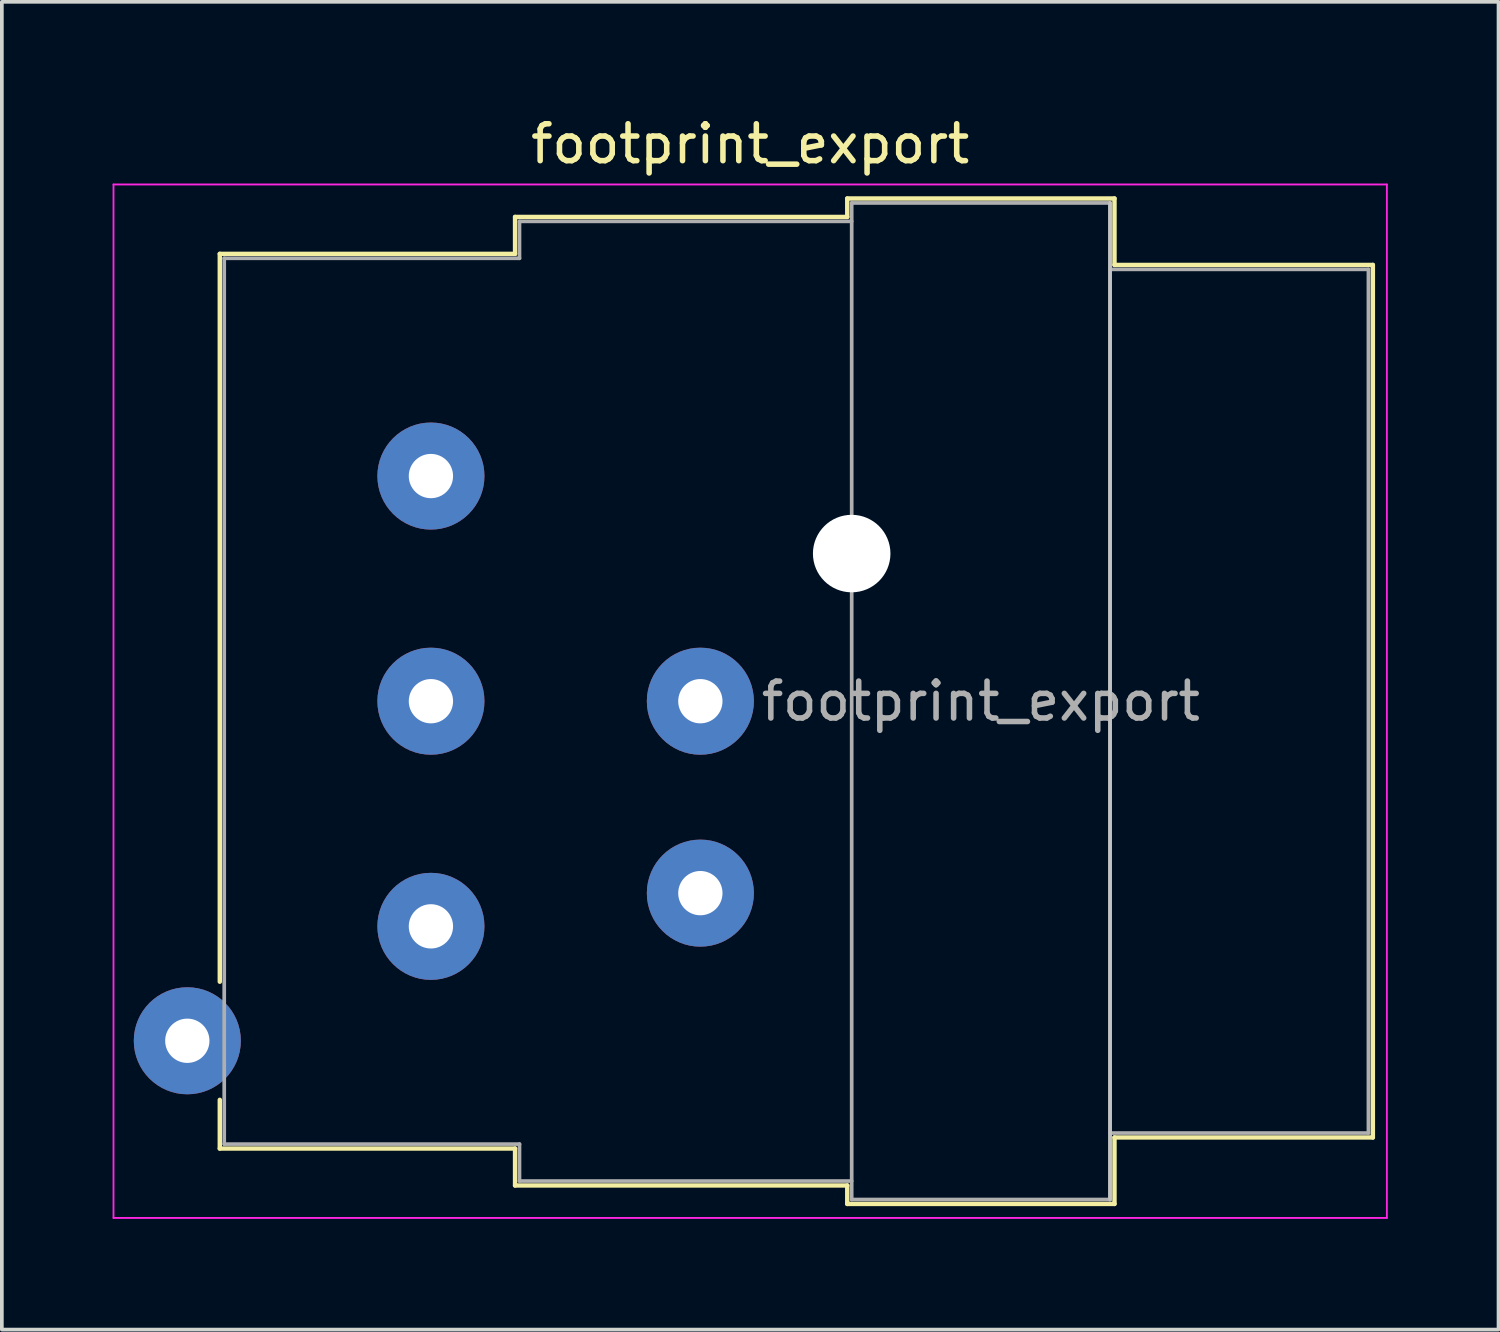
<source format=kicad_pcb>
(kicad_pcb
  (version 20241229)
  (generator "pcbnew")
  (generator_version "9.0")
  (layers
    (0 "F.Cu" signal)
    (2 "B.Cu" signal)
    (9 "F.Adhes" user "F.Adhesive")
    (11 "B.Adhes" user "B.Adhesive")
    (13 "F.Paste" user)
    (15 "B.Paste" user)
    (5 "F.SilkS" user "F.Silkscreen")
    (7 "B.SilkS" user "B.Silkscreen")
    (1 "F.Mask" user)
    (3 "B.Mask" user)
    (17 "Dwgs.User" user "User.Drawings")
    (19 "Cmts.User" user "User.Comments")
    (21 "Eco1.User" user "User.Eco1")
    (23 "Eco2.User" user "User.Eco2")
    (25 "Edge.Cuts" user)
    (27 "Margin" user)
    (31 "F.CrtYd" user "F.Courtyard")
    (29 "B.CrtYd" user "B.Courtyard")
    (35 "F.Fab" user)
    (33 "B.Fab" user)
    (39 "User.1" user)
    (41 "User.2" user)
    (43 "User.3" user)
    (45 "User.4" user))
  (footprint "footprint_export"
    (layer "F.Cu")
    (at 8.625 9.848)
    (property "Reference" "footprint_export" (at 8.65 -9 0) (layer "F.SilkS") (effects (font (size 1 1) (thickness 0.15))))
    (attr through_hole)
    (fp_line (start -5.72 -6.02) (end -5.72 13.7) (stroke (width 0.12) (type solid)) (layer "F.SilkS"))
    (fp_line (start -5.72 16.9) (end -5.72 18.22) (stroke (width 0.12) (type solid)) (layer "F.SilkS"))
    (fp_line (start 2.28 -7.02) (end 2.28 -6.02) (stroke (width 0.12) (type solid)) (layer "F.SilkS"))
    (fp_line (start 2.28 -6.02) (end -5.72 -6.02) (stroke (width 0.12) (type solid)) (layer "F.SilkS"))
    (fp_line (start 2.28 18.22) (end -5.72 18.22) (stroke (width 0.12) (type solid)) (layer "F.SilkS"))
    (fp_line (start 2.28 19.22) (end 2.28 18.22) (stroke (width 0.12) (type solid)) (layer "F.SilkS"))
    (fp_line (start 11.28 -7.02) (end 2.28 -7.02) (stroke (width 0.12) (type solid)) (layer "F.SilkS"))
    (fp_line (start 11.28 -7.02) (end 11.28 -7.52) (stroke (width 0.12) (type solid)) (layer "F.SilkS"))
    (fp_line (start 11.28 19.22) (end 2.28 19.22) (stroke (width 0.12) (type solid)) (layer "F.SilkS"))
    (fp_line (start 11.28 19.72) (end 11.28 19.22) (stroke (width 0.12) (type solid)) (layer "F.SilkS"))
    (fp_line (start 18.52 -7.52) (end 11.28 -7.52) (stroke (width 0.12) (type solid)) (layer "F.SilkS"))
    (fp_line (start 18.52 -7.52) (end 18.52 -5.72) (stroke (width 0.12) (type solid)) (layer "F.SilkS"))
    (fp_line (start 18.52 -5.72) (end 25.52 -5.72) (stroke (width 0.12) (type solid)) (layer "F.SilkS"))
    (fp_line (start 18.52 17.92) (end 18.52 19.72) (stroke (width 0.12) (type solid)) (layer "F.SilkS"))
    (fp_line (start 18.52 17.92) (end 25.52 17.92) (stroke (width 0.12) (type solid)) (layer "F.SilkS"))
    (fp_line (start 18.52 19.72) (end 11.28 19.72) (stroke (width 0.12) (type solid)) (layer "F.SilkS"))
    (fp_line (start 25.52 -5.72) (end 25.52 17.92) (stroke (width 0.12) (type solid)) (layer "F.SilkS"))
    (fp_line (start 18.4 -7.4) (end 18.4 19.6) (stroke (width 0.1) (type solid)) (layer "Dwgs.User"))
    (fp_line (start -8.6 -7.9) (end -8.6 20.1) (stroke (width 0.05) (type solid)) (layer "F.CrtYd"))
    (fp_line (start 25.9 -7.9) (end -8.6 -7.9) (stroke (width 0.05) (type solid)) (layer "F.CrtYd"))
    (fp_line (start 25.9 -7.9) (end 25.9 20.1) (stroke (width 0.05) (type solid)) (layer "F.CrtYd"))
    (fp_line (start 25.9 20.1) (end -8.6 20.1) (stroke (width 0.05) (type solid)) (layer "F.CrtYd"))
    (fp_line (start -5.6 -5.9) (end -5.6 18.1) (stroke (width 0.1) (type solid)) (layer "F.Fab"))
    (fp_line (start -5.6 18.1) (end 2.4 18.1) (stroke (width 0.1) (type solid)) (layer "F.Fab"))
    (fp_line (start 2.4 -6.9) (end 2.4 -5.9) (stroke (width 0.1) (type solid)) (layer "F.Fab"))
    (fp_line (start 2.4 -5.9) (end -5.6 -5.9) (stroke (width 0.1) (type solid)) (layer "F.Fab"))
    (fp_line (start 2.4 18.1) (end 2.4 19.1) (stroke (width 0.1) (type solid)) (layer "F.Fab"))
    (fp_line (start 2.4 19.1) (end 11.4 19.1) (stroke (width 0.1) (type solid)) (layer "F.Fab"))
    (fp_line (start 11.4 -7.4) (end 18.4 -7.4) (stroke (width 0.1) (type solid)) (layer "F.Fab"))
    (fp_line (start 11.4 -6.9) (end 2.4 -6.9) (stroke (width 0.1) (type solid)) (layer "F.Fab"))
    (fp_line (start 11.4 19.6) (end 11.4 -7.4) (stroke (width 0.1) (type solid)) (layer "F.Fab"))
    (fp_line (start 18.4 -7.4) (end 18.4 19.6) (stroke (width 0.1) (type solid)) (layer "F.Fab"))
    (fp_line (start 18.4 -5.6) (end 25.4 -5.6) (stroke (width 0.1) (type solid)) (layer "F.Fab"))
    (fp_line (start 18.4 19.6) (end 11.4 19.6) (stroke (width 0.1) (type solid)) (layer "F.Fab"))
    (fp_line (start 25.4 -5.6) (end 25.4 17.8) (stroke (width 0.1) (type solid)) (layer "F.Fab"))
    (fp_line (start 25.4 17.8) (end 18.4 17.8) (stroke (width 0.1) (type solid)) (layer "F.Fab"))
    (fp_text user "${REFERENCE}" (at 14.9 6.1 0) (layer "F.Fab") (effects (font (size 1 1) (thickness 0.15))))
    (pad "" np_thru_hole circle (at 11.4 2.1) (size 2.1 2.1) (drill 2.1) (layers "*.Cu" "*.Mask"))
    (pad "1" thru_hole circle (at 0 0) (size 2.9 2.9) (drill 1.2) (layers "*.Cu" "*.Mask"))
    (pad "2" thru_hole circle (at 0 12.2) (size 2.9 2.9) (drill 1.2) (layers "*.Cu" "*.Mask"))
    (pad "3" thru_hole circle (at 0 6.1) (size 2.9 2.9) (drill 1.2) (layers "*.Cu" "*.Mask"))
    (pad "G" thru_hole circle (at 7.3 6.1) (size 2.9 2.9) (drill 1.2) (layers "*.Cu" "*.Mask"))
    (pad "S" thru_hole circle (at 7.3 11.3) (size 2.9 2.9) (drill 1.2) (layers "*.Cu" "*.Mask"))
    (pad "T" thru_hole circle (at -6.6 15.3) (size 2.9 2.9) (drill 1.2) (layers "*.Cu" "*.Mask")))
  (gr_rect
    (start -3 -3)
    (end 37.55 32.973)
    (stroke (width 0.1) (type default))
    (fill no)
    (layer "Edge.Cuts")))
</source>
